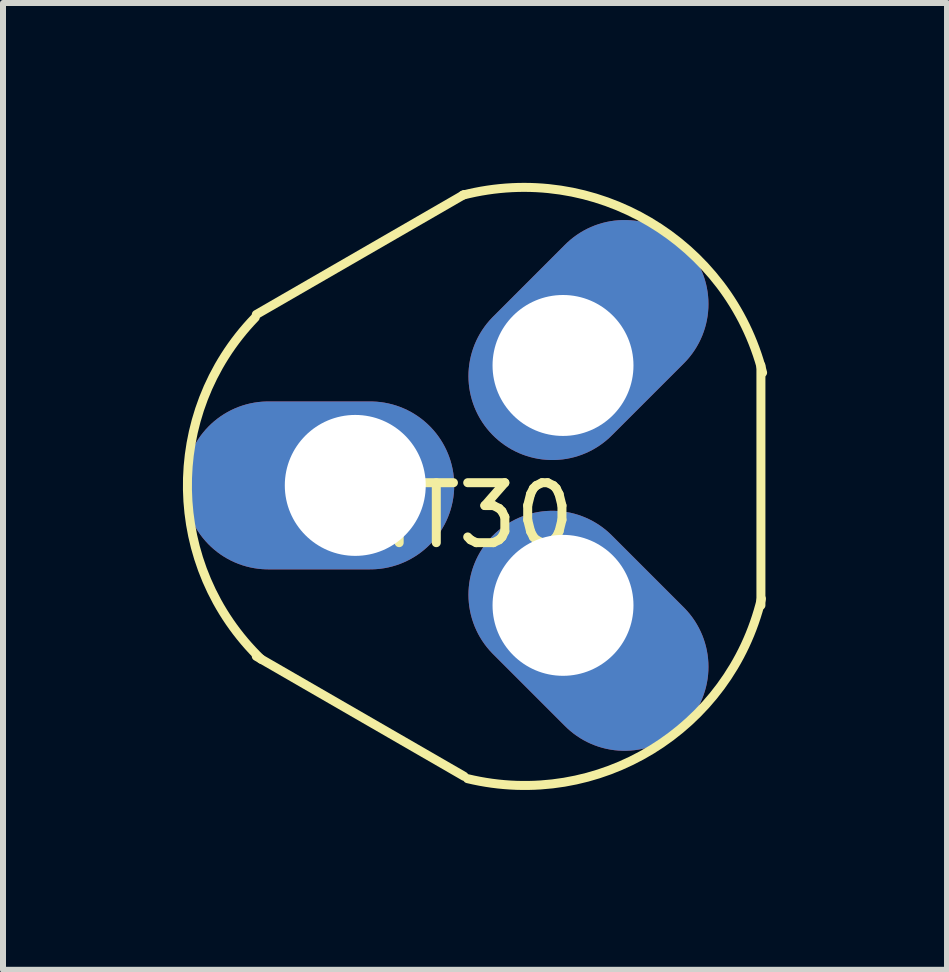
<source format=kicad_pcb>
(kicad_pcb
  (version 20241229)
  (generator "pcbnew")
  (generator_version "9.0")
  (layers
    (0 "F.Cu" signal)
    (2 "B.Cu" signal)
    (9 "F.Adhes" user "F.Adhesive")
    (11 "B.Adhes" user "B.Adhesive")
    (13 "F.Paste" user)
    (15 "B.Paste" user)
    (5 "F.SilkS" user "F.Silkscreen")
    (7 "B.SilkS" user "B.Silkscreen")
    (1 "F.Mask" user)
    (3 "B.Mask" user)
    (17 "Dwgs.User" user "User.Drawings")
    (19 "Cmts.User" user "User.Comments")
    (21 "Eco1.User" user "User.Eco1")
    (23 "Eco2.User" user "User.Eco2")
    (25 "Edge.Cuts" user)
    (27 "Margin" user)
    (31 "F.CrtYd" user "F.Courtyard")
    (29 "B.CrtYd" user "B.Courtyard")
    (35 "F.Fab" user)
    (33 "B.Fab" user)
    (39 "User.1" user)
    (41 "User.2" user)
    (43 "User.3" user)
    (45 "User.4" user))
  (footprint "MT30"
    (layer "F.Cu")
    (at 4.606 5.044)
    (property "Reference" "MT30" (at 0 0.5 0) (layer "F.SilkS") (effects (font (size 1 1) (thickness 0.15))))
    (attr through_hole)
    (fp_line (start -3.382 2.85) (end 0.082 4.85) (stroke (width 0.15) (type solid)) (layer "F.SilkS"))
    (fp_line (start 0.082 -4.85) (end -3.382 -2.85) (stroke (width 0.15) (type solid)) (layer "F.SilkS"))
    (fp_line (start 5.032 -2) (end 5.032 2) (stroke (width 0.15) (type solid)) (layer "F.SilkS"))
    (fp_arc (start -3.3 2.9) (mid -4.530509 0.070711) (end -3.4 -2.8) (stroke (width 0.15) (type solid)) (layer "F.SilkS"))
    (fp_arc (start 0.06 -4.84) (mid 3.173036 -4.395534) (end 5.06 -1.88) (stroke (width 0.15) (type solid)) (layer "F.SilkS"))
    (fp_arc (start 5.04 1.89) (mid 3.21132 4.404823) (end 0.14 4.89) (stroke (width 0.15) (type solid)) (layer "F.SilkS"))
    (pad "1" thru_hole oval (at 1.732 -2 45) (size 4.5 2.8) (drill 2.35 (offset 0.6 0)) (layers "*.Cu" "*.Mask"))
    (pad "2" thru_hole oval (at 1.732 2 315) (size 4.5 2.8) (drill 2.35 (offset 0.6 0)) (layers "*.Cu" "*.Mask"))
    (pad "3" thru_hole oval (at -1.732 0) (size 4.5 2.8) (drill 2.35 (offset -0.6 0)) (layers "*.Cu" "*.Mask")))
  (gr_rect
    (start -3 -3)
    (end 12.741 13.121)
    (stroke (width 0.1) (type default))
    (fill no)
    (layer "Edge.Cuts")))
</source>
